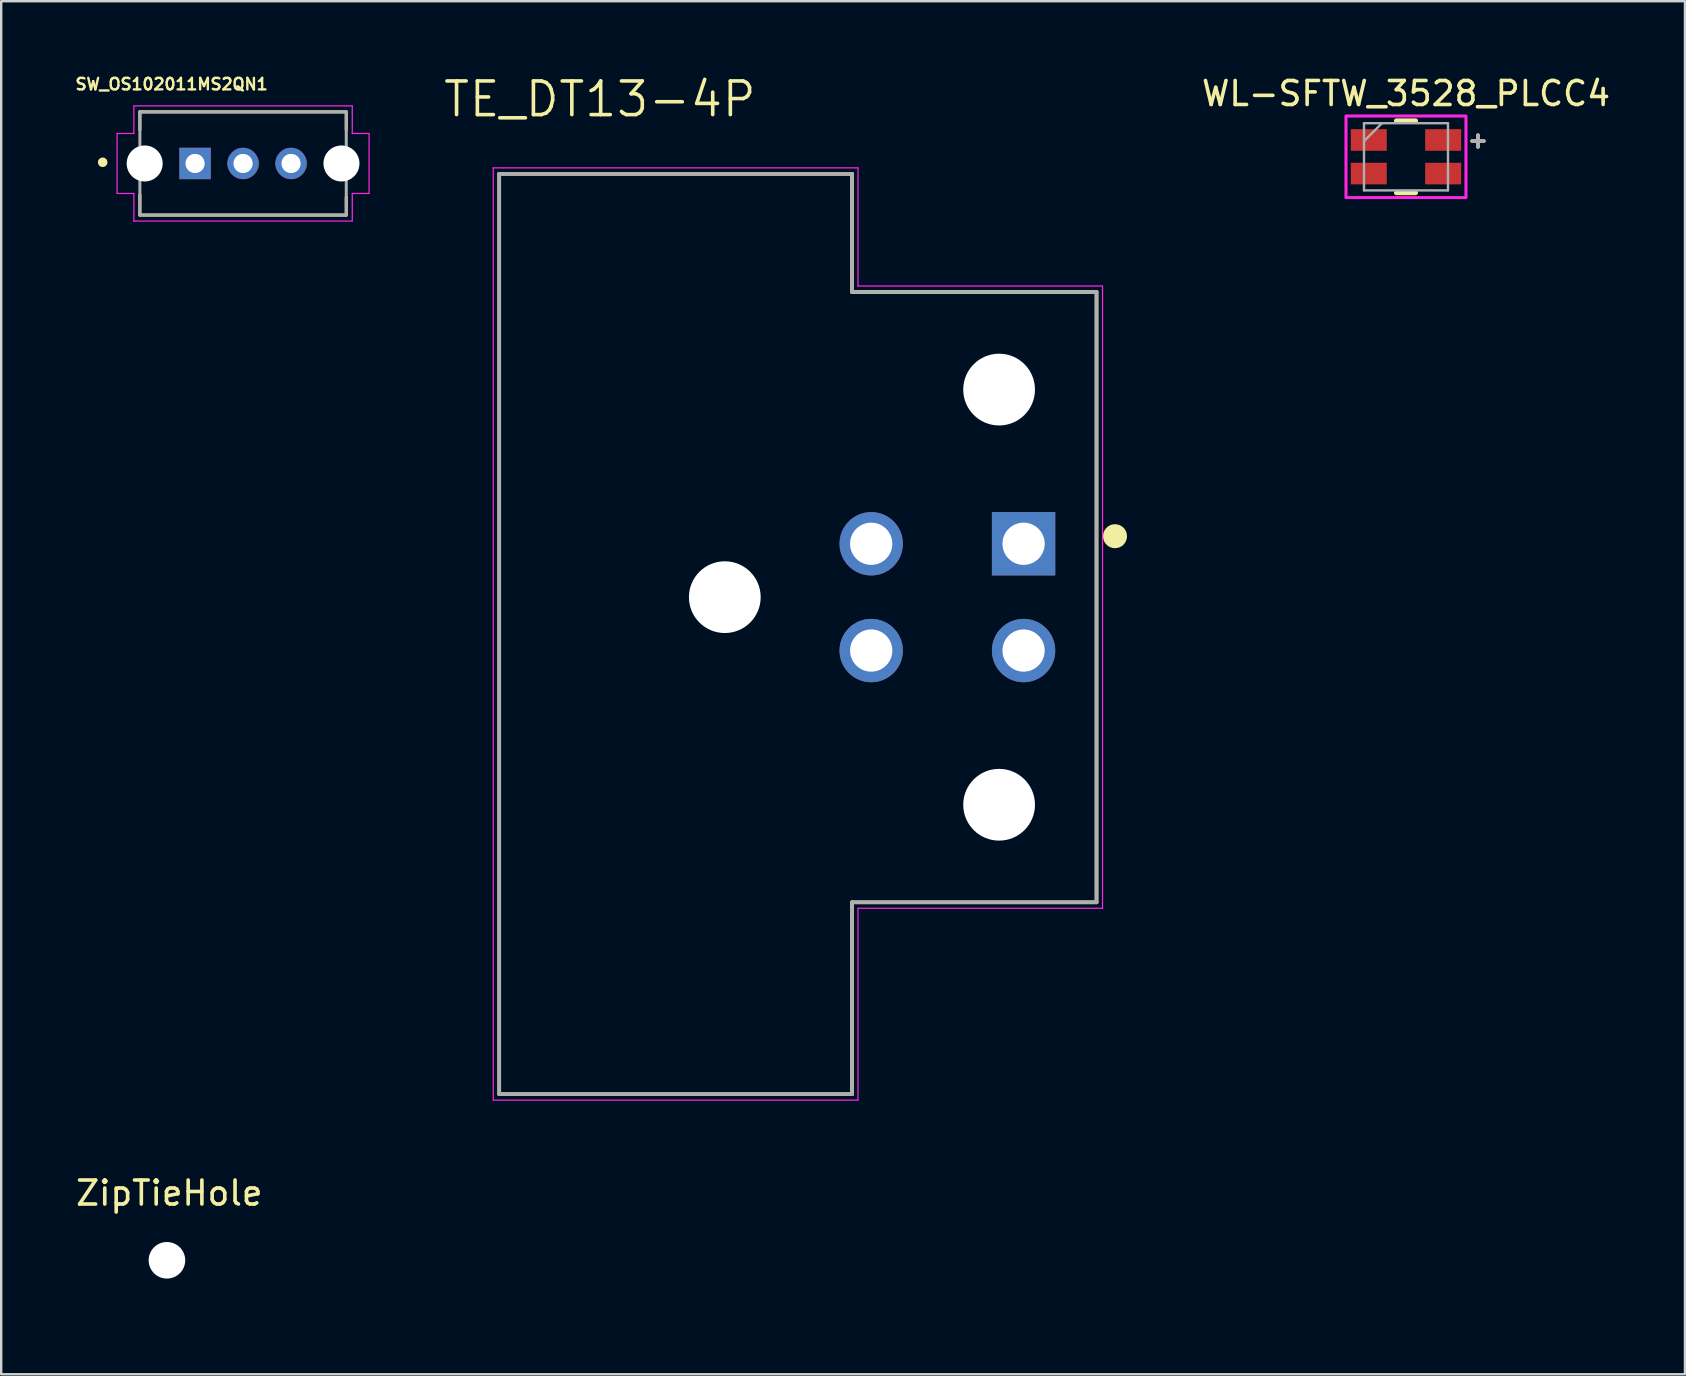
<source format=kicad_pcb>
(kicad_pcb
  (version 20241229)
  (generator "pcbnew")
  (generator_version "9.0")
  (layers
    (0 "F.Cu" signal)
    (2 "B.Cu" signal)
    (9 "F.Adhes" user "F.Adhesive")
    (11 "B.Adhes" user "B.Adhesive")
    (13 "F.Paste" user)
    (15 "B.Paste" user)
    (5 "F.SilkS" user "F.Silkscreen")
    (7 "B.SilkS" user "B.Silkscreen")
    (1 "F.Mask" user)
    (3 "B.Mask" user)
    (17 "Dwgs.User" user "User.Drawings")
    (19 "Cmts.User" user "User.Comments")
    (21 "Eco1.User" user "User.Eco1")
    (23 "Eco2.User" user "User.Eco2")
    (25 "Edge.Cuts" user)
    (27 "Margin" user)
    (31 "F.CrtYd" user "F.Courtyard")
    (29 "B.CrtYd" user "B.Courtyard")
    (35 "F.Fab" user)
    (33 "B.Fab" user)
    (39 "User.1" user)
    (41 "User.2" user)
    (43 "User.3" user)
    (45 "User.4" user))
  (footprint "TE_DT13-4P"
    (layer "F.Cu")
    (at 33.253 21.834)
    (property "Reference" "TE_DT13-4P" (at -11.307 -20.75 0) (layer "F.SilkS") (effects (font (size 1.401 1.401) (thickness 0.15))))
    (attr through_hole)
    (fp_line (start -15.5 -17.64) (end -15.5 20.71) (stroke (width 0.152) (type solid)) (layer "F.SilkS"))
    (fp_line (start -15.5 20.71) (end -0.8 20.71) (stroke (width 0.152) (type solid)) (layer "F.SilkS"))
    (fp_line (start -0.8 -17.64) (end -15.5 -17.64) (stroke (width 0.152) (type solid)) (layer "F.SilkS"))
    (fp_line (start -0.8 -12.715) (end -0.8 -17.64) (stroke (width 0.152) (type solid)) (layer "F.SilkS"))
    (fp_line (start -0.8 -12.715) (end 9.39 -12.715) (stroke (width 0.152) (type solid)) (layer "F.SilkS"))
    (fp_line (start -0.8 20.71) (end -0.8 12.715) (stroke (width 0.152) (type solid)) (layer "F.SilkS"))
    (fp_line (start 9.39 -12.715) (end 9.39 12.715) (stroke (width 0.152) (type solid)) (layer "F.SilkS"))
    (fp_line (start 9.39 12.715) (end -0.8 12.715) (stroke (width 0.152) (type solid)) (layer "F.SilkS"))
    (fp_circle (center 10.16 -2.54) (end 10.41 -2.54) (stroke (width 0.5) (type solid)) (fill no) (layer "F.SilkS"))
    (fp_line (start -15.75 -17.89) (end -0.55 -17.89) (stroke (width 0.05) (type solid)) (layer "F.CrtYd"))
    (fp_line (start -15.75 20.96) (end -15.75 -17.89) (stroke (width 0.05) (type solid)) (layer "F.CrtYd"))
    (fp_line (start -0.55 -17.89) (end -0.55 -12.965) (stroke (width 0.05) (type solid)) (layer "F.CrtYd"))
    (fp_line (start -0.55 -12.965) (end 9.64 -12.965) (stroke (width 0.05) (type solid)) (layer "F.CrtYd"))
    (fp_line (start -0.55 12.965) (end -0.55 20.96) (stroke (width 0.05) (type solid)) (layer "F.CrtYd"))
    (fp_line (start -0.55 20.96) (end -15.75 20.96) (stroke (width 0.05) (type solid)) (layer "F.CrtYd"))
    (fp_line (start 9.64 -12.965) (end 9.64 12.965) (stroke (width 0.05) (type solid)) (layer "F.CrtYd"))
    (fp_line (start 9.64 12.965) (end -0.55 12.965) (stroke (width 0.05) (type solid)) (layer "F.CrtYd"))
    (fp_line (start -15.5 -17.64) (end -15.5 20.71) (stroke (width 0.152) (type solid)) (layer "F.Fab"))
    (fp_line (start -15.5 20.71) (end -0.8 20.71) (stroke (width 0.152) (type solid)) (layer "F.Fab"))
    (fp_line (start -0.8 -17.64) (end -15.5 -17.64) (stroke (width 0.152) (type solid)) (layer "F.Fab"))
    (fp_line (start -0.8 -12.715) (end -0.8 -17.64) (stroke (width 0.152) (type solid)) (layer "F.Fab"))
    (fp_line (start -0.8 -12.715) (end 9.39 -12.715) (stroke (width 0.152) (type solid)) (layer "F.Fab"))
    (fp_line (start -0.8 20.71) (end -0.8 12.715) (stroke (width 0.152) (type solid)) (layer "F.Fab"))
    (fp_line (start 9.39 -12.715) (end 9.39 12.715) (stroke (width 0.152) (type solid)) (layer "F.Fab"))
    (fp_line (start 9.39 12.715) (end -0.8 12.715) (stroke (width 0.152) (type solid)) (layer "F.Fab"))
    (pad "" np_thru_hole circle (at -6.1 0) (size 2.99 2.99) (drill 2.99) (layers "*.Cu" "*.Mask"))
    (pad "" np_thru_hole circle (at 5.33 -8.65) (size 2.99 2.99) (drill 2.99) (layers "*.Cu" "*.Mask"))
    (pad "" np_thru_hole circle (at 5.33 8.65) (size 2.99 2.99) (drill 2.99) (layers "*.Cu" "*.Mask"))
    (pad "1" thru_hole rect (at 6.35 -2.225) (size 2.64 2.64) (drill 1.76) (layers "*.Cu" "*.Mask"))
    (pad "2" thru_hole circle (at 6.35 2.225) (size 2.64 2.64) (drill 1.76) (layers "*.Cu" "*.Mask"))
    (pad "3" thru_hole circle (at 0 2.225) (size 2.64 2.64) (drill 1.76) (layers "*.Cu" "*.Mask"))
    (pad "4" thru_hole circle (at 0 -2.225) (size 2.64 2.64) (drill 1.76) (layers "*.Cu" "*.Mask")))
  (footprint "ZipTieHole"
    (layer "F.Cu")
    (at 3.906 49.467)
    (property "Reference" "ZipTieHole" (at 0.1 -2.8 0) (unlocked yes) (layer "F.SilkS") (effects (font (size 1 1) (thickness 0.15))))
    (pad "" np_thru_hole circle (at 0 0) (size 1.524 1.524) (drill 3.5) (layers "*.Cu" "*.Mask")))
  (footprint "WL-SFTW_3528_PLCC4"
    (layer "F.Cu")
    (at 55.538 3.483)
    (property "Reference" "WL-SFTW_3528_PLCC4" (at 0 -2.635 0) (layer "F.SilkS") (effects (font (size 1 1) (thickness 0.15))))
    (attr smd)
    (fp_line (start -0.4 -1.5) (end 0.4 -1.5) (stroke (width 0.2) (type solid)) (layer "F.SilkS"))
    (fp_line (start -0.4 1.5) (end 0.4 1.5) (stroke (width 0.2) (type solid)) (layer "F.SilkS"))
    (fp_poly (pts (xy -2.5 -1.7) (xy 2.5 -1.7) (xy 2.5 1.7) (xy -2.5 1.7)) (stroke (width 0.127) (type solid)) (fill no) (layer "F.CrtYd"))
    (fp_line (start -1.75 -1.4) (end -1 -1.4) (stroke (width 0.1) (type solid)) (layer "F.Fab"))
    (fp_line (start -1.75 -0.65) (end -1.75 -1.4) (stroke (width 0.1) (type solid)) (layer "F.Fab"))
    (fp_line (start -1.75 -0.65) (end -1 -1.4) (stroke (width 0.1) (type solid)) (layer "F.Fab"))
    (fp_line (start -1.75 1.4) (end -1.75 -0.65) (stroke (width 0.1) (type solid)) (layer "F.Fab"))
    (fp_line (start -1 -1.4) (end 1.75 -1.4) (stroke (width 0.1) (type solid)) (layer "F.Fab"))
    (fp_line (start 1.75 -1.4) (end 1.75 1.4) (stroke (width 0.1) (type solid)) (layer "F.Fab"))
    (fp_line (start 1.75 1.4) (end -1.75 1.4) (stroke (width 0.1) (type solid)) (layer "F.Fab"))
    (fp_text user "+" (at 3 -0.7 0) (layer "F.SilkS") (effects (font (size 0.64 0.64) (thickness 0.15))))
    (fp_text user "+" (at 3 -0.7 0) (layer "F.Fab") (effects (font (size 0.64 0.64) (thickness 0.15))))
    (pad "1" smd rect (at 1.55 -0.7) (size 1.5 0.9) (layers "F.Cu" "F.Mask" "F.Paste"))
    (pad "2" smd rect (at 1.55 0.7) (size 1.5 0.9) (layers "F.Cu" "F.Mask" "F.Paste"))
    (pad "3" smd rect (at -1.55 -0.7) (size 1.5 0.9) (layers "F.Cu" "F.Mask" "F.Paste"))
    (pad "4" smd rect (at -1.55 0.7) (size 1.5 0.9) (layers "F.Cu" "F.Mask" "F.Paste")))
  (footprint "SW_OS102011MS2QN1"
    (layer "F.Cu")
    (at 7.079 3.762)
    (property "Reference" "SW_OS102011MS2QN1" (at -2.977 -3.305 0) (layer "F.SilkS") (effects (font (size 0.48 0.48) (thickness 0.1))))
    (attr through_hole)
    (fp_line (start -4.3 -2.15) (end -4.3 -1.4) (stroke (width 0.127) (type solid)) (layer "F.SilkS"))
    (fp_line (start -4.3 1.3) (end -4.3 2.15) (stroke (width 0.127) (type solid)) (layer "F.SilkS"))
    (fp_line (start -4.3 2.15) (end 4.3 2.15) (stroke (width 0.127) (type solid)) (layer "F.SilkS"))
    (fp_line (start 4.3 -2.15) (end -4.3 -2.15) (stroke (width 0.127) (type solid)) (layer "F.SilkS"))
    (fp_line (start 4.3 -1.4) (end 4.3 -2.15) (stroke (width 0.127) (type solid)) (layer "F.SilkS"))
    (fp_line (start 4.3 2.15) (end 4.3 1.4) (stroke (width 0.127) (type solid)) (layer "F.SilkS"))
    (fp_circle (center -5.85 -0.05) (end -5.75 -0.05) (stroke (width 0.2) (type solid)) (fill no) (layer "F.SilkS"))
    (fp_line (start -5.25 -1.25) (end -4.55 -1.25) (stroke (width 0.05) (type solid)) (layer "F.CrtYd"))
    (fp_line (start -5.25 1.25) (end -5.25 -1.25) (stroke (width 0.05) (type solid)) (layer "F.CrtYd"))
    (fp_line (start -4.55 -2.4) (end 4.55 -2.4) (stroke (width 0.05) (type solid)) (layer "F.CrtYd"))
    (fp_line (start -4.55 -1.25) (end -4.55 -2.4) (stroke (width 0.05) (type solid)) (layer "F.CrtYd"))
    (fp_line (start -4.55 1.25) (end -5.25 1.25) (stroke (width 0.05) (type solid)) (layer "F.CrtYd"))
    (fp_line (start -4.55 2.4) (end -4.55 1.25) (stroke (width 0.05) (type solid)) (layer "F.CrtYd"))
    (fp_line (start 4.55 -2.4) (end 4.55 -1.25) (stroke (width 0.05) (type solid)) (layer "F.CrtYd"))
    (fp_line (start 4.55 -1.25) (end 5.25 -1.25) (stroke (width 0.05) (type solid)) (layer "F.CrtYd"))
    (fp_line (start 4.55 1.25) (end 4.55 2.4) (stroke (width 0.05) (type solid)) (layer "F.CrtYd"))
    (fp_line (start 4.55 2.4) (end -4.55 2.4) (stroke (width 0.05) (type solid)) (layer "F.CrtYd"))
    (fp_line (start 5.25 -1.25) (end 5.25 1.25) (stroke (width 0.05) (type solid)) (layer "F.CrtYd"))
    (fp_line (start 5.25 1.25) (end 4.55 1.25) (stroke (width 0.05) (type solid)) (layer "F.CrtYd"))
    (fp_line (start -4.3 -2.15) (end 4.3 -2.15) (stroke (width 0.127) (type solid)) (layer "F.Fab"))
    (fp_line (start -4.3 2.15) (end -4.3 -2.15) (stroke (width 0.127) (type solid)) (layer "F.Fab"))
    (fp_line (start 4.3 -2.15) (end 4.3 2.15) (stroke (width 0.127) (type solid)) (layer "F.Fab"))
    (fp_line (start 4.3 2.15) (end -4.3 2.15) (stroke (width 0.127) (type solid)) (layer "F.Fab"))
    (fp_circle (center -2.1 -0.05) (end -2 -0.05) (stroke (width 0.2) (type solid)) (fill no) (layer "F.Fab"))
    (pad "" np_thru_hole circle (at -4.1 0) (size 1.5 1.5) (drill 1.5) (layers "*.Cu" "*.Mask"))
    (pad "" np_thru_hole circle (at 4.1 0) (size 1.5 1.5) (drill 1.5) (layers "*.Cu" "*.Mask"))
    (pad "1" thru_hole rect (at -2 0) (size 1.308 1.308) (drill 0.8) (layers "*.Cu" "*.Mask"))
    (pad "2" thru_hole circle (at 0 0) (size 1.308 1.308) (drill 0.8) (layers "*.Cu" "*.Mask"))
    (pad "3" thru_hole circle (at 2 0) (size 1.308 1.308) (drill 0.8) (layers "*.Cu" "*.Mask")))
  (gr_rect
    (start -3 -3)
    (end 67.163 54.217)
    (stroke (width 0.1) (type default))
    (fill no)
    (layer "Edge.Cuts")))
</source>
